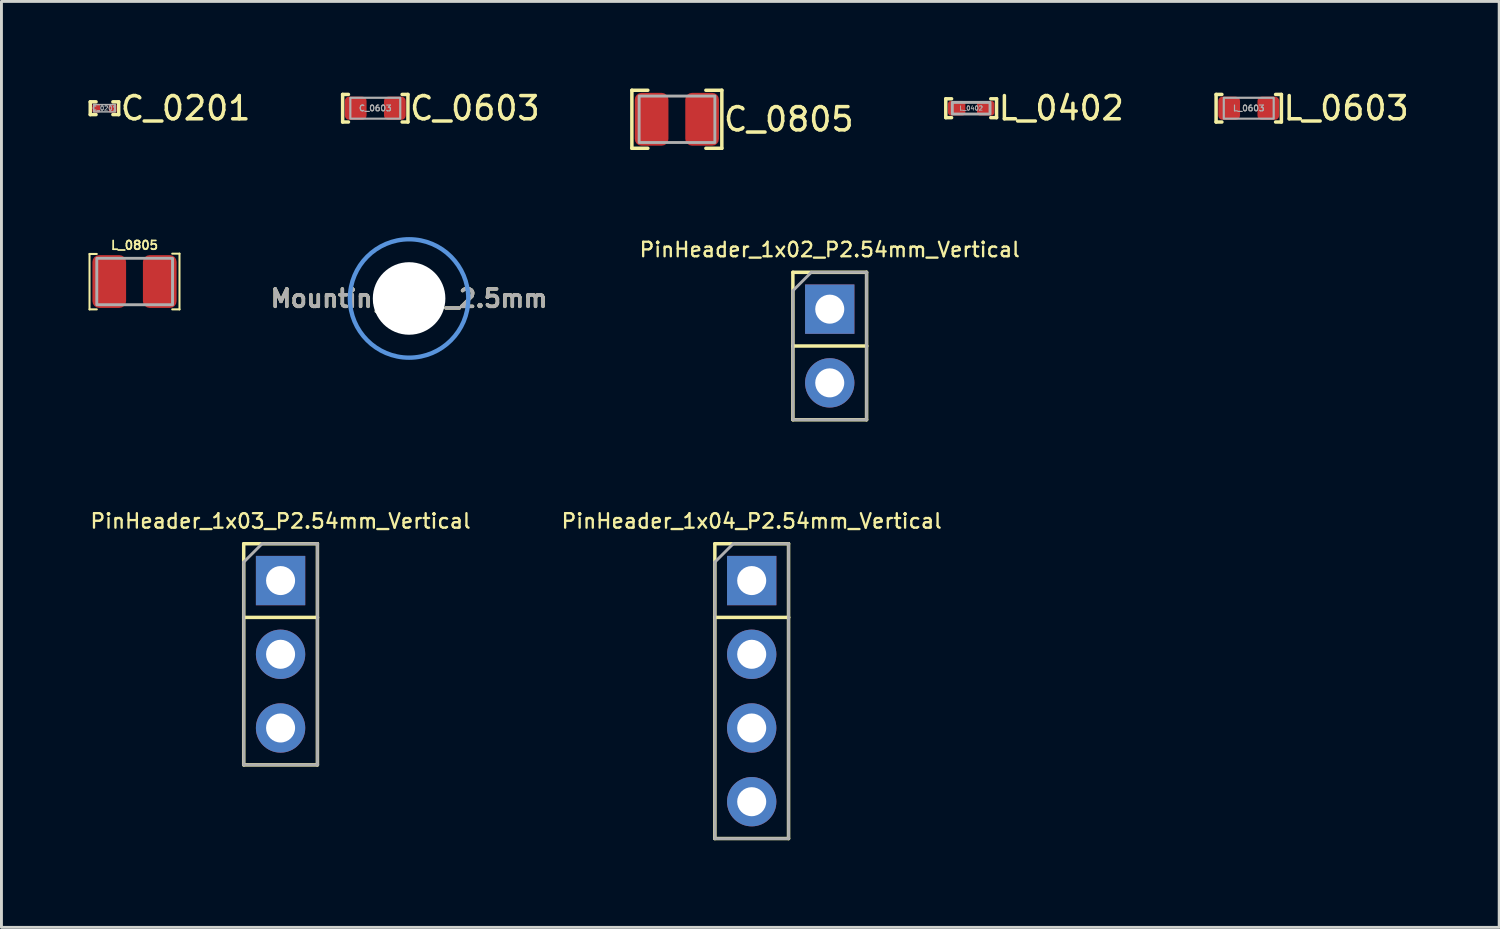
<source format=kicad_pcb>
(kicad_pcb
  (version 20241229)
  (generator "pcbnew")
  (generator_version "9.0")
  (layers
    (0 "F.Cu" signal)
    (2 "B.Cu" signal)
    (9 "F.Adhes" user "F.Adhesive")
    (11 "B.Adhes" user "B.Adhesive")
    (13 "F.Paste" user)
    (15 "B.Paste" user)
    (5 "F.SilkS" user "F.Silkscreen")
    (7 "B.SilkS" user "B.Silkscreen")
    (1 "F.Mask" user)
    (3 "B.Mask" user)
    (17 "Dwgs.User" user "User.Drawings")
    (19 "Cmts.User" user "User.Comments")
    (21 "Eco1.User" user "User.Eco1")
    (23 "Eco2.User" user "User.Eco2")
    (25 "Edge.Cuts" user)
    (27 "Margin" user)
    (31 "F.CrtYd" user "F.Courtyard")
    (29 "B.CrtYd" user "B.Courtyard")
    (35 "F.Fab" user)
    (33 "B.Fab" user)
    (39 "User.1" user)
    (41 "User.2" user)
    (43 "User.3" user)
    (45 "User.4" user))
  (footprint "C_0603"
    (layer "F.Cu")
    (at 9.882 0.679)
    (property "Reference" "C_0603" (at 1.125 0 0) (unlocked yes) (layer "F.SilkS") (effects (font (size 0.8 0.8) (thickness 0.12)) (justify left)))
    (attr smd)
    (fp_line (start -1.125 -0.475) (end -1.125 0.475) (stroke (width 0.12) (type solid)) (layer "F.SilkS"))
    (fp_line (start -0.925 -0.475) (end -1.125 -0.475) (stroke (width 0.12) (type solid)) (layer "F.SilkS"))
    (fp_line (start -0.925 0.475) (end -1.125 0.475) (stroke (width 0.12) (type solid)) (layer "F.SilkS"))
    (fp_line (start 1.125 -0.475) (end 0.925 -0.475) (stroke (width 0.12) (type solid)) (layer "F.SilkS"))
    (fp_line (start 1.125 -0.475) (end 1.125 0.475) (stroke (width 0.12) (type solid)) (layer "F.SilkS"))
    (fp_line (start 1.125 0.475) (end 0.925 0.475) (stroke (width 0.12) (type solid)) (layer "F.SilkS"))
    (fp_rect (start -0.86 -0.36) (end 0.86 0.36) (stroke (width 0.075) (type solid)) (fill no) (layer "F.Fab"))
    (fp_text user "${REFERENCE}" (at 0 0 0) (unlocked yes) (layer "F.Fab") (effects (font (size 0.2 0.2) (thickness 0.04))))
    (pad "1" smd roundrect (at -0.675 0) (size 0.75 0.8) (layers "F.Cu" "F.Mask" "F.Paste") (roundrect_rratio 0.2))
    (pad "2" smd roundrect (at 0.675 0) (size 0.75 0.8) (layers "F.Cu" "F.Mask" "F.Paste") (roundrect_rratio 0.2)))
  (footprint "PinHeader_1x04_P2.54mm_Vertical"
    (layer "F.Cu")
    (at 22.853 16.956)
    (property "Reference" "PinHeader_1x04_P2.54mm_Vertical" (at 0 -2.05 0) (layer "F.SilkS") (effects (font (size 0.5 0.5) (thickness 0.08))))
    (attr through_hole)
    (fp_line (start -1.27 -1.27) (end 1.27 -1.27) (stroke (width 0.12) (type solid)) (layer "F.SilkS"))
    (fp_line (start -1.27 1.27) (end -1.27 -1.27) (stroke (width 0.12) (type solid)) (layer "F.SilkS"))
    (fp_line (start -1.27 1.27) (end 1.27 1.27) (stroke (width 0.12) (type solid)) (layer "F.SilkS"))
    (fp_line (start -1.27 8.89) (end -1.27 1.27) (stroke (width 0.12) (type solid)) (layer "F.SilkS"))
    (fp_line (start 1.27 -1.27) (end 1.27 1.27) (stroke (width 0.12) (type solid)) (layer "F.SilkS"))
    (fp_line (start 1.27 1.27) (end 1.27 8.89) (stroke (width 0.12) (type solid)) (layer "F.SilkS"))
    (fp_line (start 1.27 8.89) (end -1.27 8.89) (stroke (width 0.12) (type solid)) (layer "F.SilkS"))
    (fp_line (start -1.27 -0.635) (end -0.635 -1.27) (stroke (width 0.1) (type solid)) (layer "F.Fab"))
    (fp_line (start -1.27 8.89) (end -1.27 -0.635) (stroke (width 0.1) (type solid)) (layer "F.Fab"))
    (fp_line (start -0.635 -1.27) (end 1.27 -1.27) (stroke (width 0.1) (type solid)) (layer "F.Fab"))
    (fp_line (start 1.27 -1.27) (end 1.27 8.89) (stroke (width 0.1) (type solid)) (layer "F.Fab"))
    (fp_line (start 1.27 8.89) (end -1.27 8.89) (stroke (width 0.1) (type solid)) (layer "F.Fab"))
    (pad "1" thru_hole rect (at 0 0) (size 1.7 1.7) (drill 1) (layers "*.Cu" "*.Mask"))
    (pad "2" thru_hole oval (at 0 2.54) (size 1.7 1.7) (drill 1) (layers "*.Cu" "*.Mask"))
    (pad "3" thru_hole oval (at 0 5.08) (size 1.7 1.7) (drill 1) (layers "*.Cu" "*.Mask"))
    (pad "4" thru_hole oval (at 0 7.62) (size 1.7 1.7) (drill 1) (layers "*.Cu" "*.Mask")))
  (footprint "C_0201"
    (layer "F.Cu")
    (at 0.55 0.679)
    (property "Reference" "C_0201" (at 0.49 0 0) (unlocked yes) (layer "F.SilkS") (effects (font (size 0.8 0.8) (thickness 0.12)) (justify left)))
    (attr smd)
    (fp_line (start -0.49 -0.22) (end -0.29 -0.22) (stroke (width 0.12) (type solid)) (layer "F.SilkS"))
    (fp_line (start -0.49 0.22) (end -0.49 -0.22) (stroke (width 0.12) (type solid)) (layer "F.SilkS"))
    (fp_line (start -0.49 0.22) (end -0.29 0.22) (stroke (width 0.12) (type solid)) (layer "F.SilkS"))
    (fp_line (start 0.29 -0.22) (end 0.49 -0.22) (stroke (width 0.12) (type solid)) (layer "F.SilkS"))
    (fp_line (start 0.29 0.22) (end 0.49 0.22) (stroke (width 0.12) (type solid)) (layer "F.SilkS"))
    (fp_line (start 0.49 -0.22) (end 0.49 0.22) (stroke (width 0.12) (type solid)) (layer "F.SilkS"))
    (fp_rect (start -0.37 -0.125) (end 0.37 0.125) (stroke (width 0.05) (type solid)) (fill no) (layer "F.Fab"))
    (fp_text user "${REFERENCE}" (at 0 0 0) (unlocked yes) (layer "F.Fab") (effects (font (size 0.15 0.15) (thickness 0.03))))
    (pad "1" smd roundrect (at -0.285 0) (size 0.27 0.3) (layers "F.Cu" "F.Mask" "F.Paste") (roundrect_rratio 0.2))
    (pad "2" smd roundrect (at 0.285 0) (size 0.27 0.3) (layers "F.Cu" "F.Mask" "F.Paste") (roundrect_rratio 0.2)))
  (footprint "L_0603"
    (layer "F.Cu")
    (at 39.981 0.679)
    (property "Reference" "L_0603" (at 1.125 0 0) (unlocked yes) (layer "F.SilkS") (effects (font (size 0.8 0.8) (thickness 0.12)) (justify left)))
    (attr smd)
    (fp_line (start -1.125 -0.475) (end -1.125 0.475) (stroke (width 0.12) (type solid)) (layer "F.SilkS"))
    (fp_line (start -0.925 -0.475) (end -1.125 -0.475) (stroke (width 0.12) (type solid)) (layer "F.SilkS"))
    (fp_line (start -0.925 0.475) (end -1.125 0.475) (stroke (width 0.12) (type solid)) (layer "F.SilkS"))
    (fp_line (start 1.125 -0.475) (end 0.925 -0.475) (stroke (width 0.12) (type solid)) (layer "F.SilkS"))
    (fp_line (start 1.125 -0.475) (end 1.125 0.475) (stroke (width 0.12) (type solid)) (layer "F.SilkS"))
    (fp_line (start 1.125 0.475) (end 0.925 0.475) (stroke (width 0.12) (type solid)) (layer "F.SilkS"))
    (fp_rect (start -0.86 -0.36) (end 0.86 0.36) (stroke (width 0.075) (type solid)) (fill no) (layer "F.Fab"))
    (fp_text user "${REFERENCE}" (at 0 0 0) (unlocked yes) (layer "F.Fab") (effects (font (size 0.2 0.2) (thickness 0.04))))
    (pad "1" smd roundrect (at -0.675 0) (size 0.75 0.8) (layers "F.Cu" "F.Mask" "F.Paste") (roundrect_rratio 0.2))
    (pad "2" smd roundrect (at 0.675 0) (size 0.75 0.8) (layers "F.Cu" "F.Mask" "F.Paste") (roundrect_rratio 0.2)))
  (footprint "L_0805"
    (layer "F.Cu")
    (at 1.585 6.651)
    (property "Reference" "L_0805" (at 0 -1.25 0) (unlocked yes) (layer "F.SilkS") (effects (font (size 0.3 0.3) (thickness 0.06))))
    (attr smd)
    (fp_line (start -1.55 -0.95) (end -1.55 0.96) (stroke (width 0.07) (type solid)) (layer "F.SilkS"))
    (fp_line (start -1.55 -0.95) (end -1.3 -0.95) (stroke (width 0.07) (type solid)) (layer "F.SilkS"))
    (fp_line (start -1.55 0.96) (end -1.3 0.96) (stroke (width 0.07) (type solid)) (layer "F.SilkS"))
    (fp_line (start 1.3 -0.96) (end 1.55 -0.96) (stroke (width 0.07) (type solid)) (layer "F.SilkS"))
    (fp_line (start 1.55 -0.96) (end 1.55 0.96) (stroke (width 0.07) (type solid)) (layer "F.SilkS"))
    (fp_line (start 1.55 0.96) (end 1.3 0.96) (stroke (width 0.07) (type solid)) (layer "F.SilkS"))
    (fp_rect (start -1.3 -0.8) (end 1.31 0.8) (stroke (width 0.1) (type solid)) (fill no) (layer "F.Fab"))
    (pad "1" smd roundrect (at -0.87 0) (size 1.16 1.82) (layers "F.Cu" "F.Mask" "F.Paste") (roundrect_rratio 0.2))
    (pad "2" smd roundrect (at 0.87 0) (size 1.16 1.82) (layers "F.Cu" "F.Mask" "F.Paste") (roundrect_rratio 0.2)))
  (footprint "PinHeader_1x02_P2.54mm_Vertical"
    (layer "F.Cu")
    (at 25.542 7.603)
    (property "Reference" "PinHeader_1x02_P2.54mm_Vertical" (at 0 -2.05 0) (layer "F.SilkS") (effects (font (size 0.5 0.5) (thickness 0.08))))
    (attr through_hole)
    (fp_line (start -1.27 -1.27) (end 1.27 -1.27) (stroke (width 0.12) (type solid)) (layer "F.SilkS"))
    (fp_line (start -1.27 1.27) (end -1.27 -1.27) (stroke (width 0.12) (type solid)) (layer "F.SilkS"))
    (fp_line (start -1.27 1.27) (end -1.27 3.81) (stroke (width 0.12) (type solid)) (layer "F.SilkS"))
    (fp_line (start -1.27 3.81) (end 1.27 3.81) (stroke (width 0.12) (type solid)) (layer "F.SilkS"))
    (fp_line (start 1.27 -1.27) (end 1.27 1.27) (stroke (width 0.12) (type solid)) (layer "F.SilkS"))
    (fp_line (start 1.27 1.27) (end -1.27 1.27) (stroke (width 0.12) (type solid)) (layer "F.SilkS"))
    (fp_line (start 1.27 3.81) (end 1.27 1.27) (stroke (width 0.12) (type solid)) (layer "F.SilkS"))
    (fp_line (start -1.27 -0.635) (end -1.27 3.81) (stroke (width 0.1) (type solid)) (layer "F.Fab"))
    (fp_line (start -1.27 3.81) (end 1.27 3.81) (stroke (width 0.1) (type solid)) (layer "F.Fab"))
    (fp_line (start -0.635 -1.27) (end -1.27 -0.635) (stroke (width 0.1) (type solid)) (layer "F.Fab"))
    (fp_line (start 1.27 -1.27) (end -0.635 -1.27) (stroke (width 0.1) (type solid)) (layer "F.Fab"))
    (fp_line (start 1.27 3.81) (end 1.27 -1.27) (stroke (width 0.1) (type solid)) (layer "F.Fab"))
    (pad "1" thru_hole rect (at 0 0) (size 1.7 1.7) (drill 1) (layers "*.Cu" "*.Mask"))
    (pad "2" thru_hole oval (at 0 2.54) (size 1.7 1.7) (drill 1) (layers "*.Cu" "*.Mask")))
  (footprint "PinHeader_1x03_P2.54mm_Vertical"
    (layer "F.Cu")
    (at 6.618 16.956)
    (property "Reference" "PinHeader_1x03_P2.54mm_Vertical" (at 0 -2.05 0) (layer "F.SilkS") (effects (font (size 0.5 0.5) (thickness 0.08))))
    (attr through_hole)
    (fp_line (start -1.27 -1.27) (end 1.27 -1.27) (stroke (width 0.12) (type solid)) (layer "F.SilkS"))
    (fp_line (start -1.27 1.27) (end -1.27 -1.27) (stroke (width 0.12) (type solid)) (layer "F.SilkS"))
    (fp_line (start -1.27 1.27) (end -1.27 6.35) (stroke (width 0.12) (type solid)) (layer "F.SilkS"))
    (fp_line (start -1.27 6.35) (end 1.27 6.35) (stroke (width 0.12) (type solid)) (layer "F.SilkS"))
    (fp_line (start 1.27 -1.27) (end 1.27 1.27) (stroke (width 0.12) (type solid)) (layer "F.SilkS"))
    (fp_line (start 1.27 1.27) (end -1.27 1.27) (stroke (width 0.12) (type solid)) (layer "F.SilkS"))
    (fp_line (start 1.27 6.35) (end 1.27 1.27) (stroke (width 0.12) (type solid)) (layer "F.SilkS"))
    (fp_line (start -1.27 -0.635) (end -1.27 6.35) (stroke (width 0.1) (type solid)) (layer "F.Fab"))
    (fp_line (start -1.27 6.35) (end 1.27 6.35) (stroke (width 0.1) (type solid)) (layer "F.Fab"))
    (fp_line (start -0.635 -1.27) (end -1.27 -0.635) (stroke (width 0.1) (type solid)) (layer "F.Fab"))
    (fp_line (start 1.27 -1.27) (end -0.635 -1.27) (stroke (width 0.1) (type solid)) (layer "F.Fab"))
    (fp_line (start 1.27 6.35) (end 1.27 -1.27) (stroke (width 0.1) (type solid)) (layer "F.Fab"))
    (pad "1" thru_hole rect (at 0 0) (size 1.7 1.7) (drill 1) (layers "*.Cu" "*.Mask"))
    (pad "2" thru_hole oval (at 0 2.54) (size 1.7 1.7) (drill 1) (layers "*.Cu" "*.Mask"))
    (pad "3" thru_hole oval (at 0 5.08) (size 1.7 1.7) (drill 1) (layers "*.Cu" "*.Mask")))
  (footprint "C_0805"
    (layer "F.Cu")
    (at 20.274 1.06)
    (property "Reference" "C_0805" (at 1.55 0 0) (unlocked yes) (layer "F.SilkS") (effects (font (size 0.8 0.8) (thickness 0.12)) (justify left)))
    (attr smd)
    (fp_line (start -1.55 -1) (end -1.55 1) (stroke (width 0.12) (type solid)) (layer "F.SilkS"))
    (fp_line (start -1.55 -1) (end -1 -1) (stroke (width 0.12) (type solid)) (layer "F.SilkS"))
    (fp_line (start -1.55 1) (end -1 1) (stroke (width 0.12) (type solid)) (layer "F.SilkS"))
    (fp_line (start 1 -1) (end 1.55 -1) (stroke (width 0.12) (type solid)) (layer "F.SilkS"))
    (fp_line (start 1 1) (end 1.55 1) (stroke (width 0.12) (type solid)) (layer "F.SilkS"))
    (fp_line (start 1.55 -1) (end 1.55 1) (stroke (width 0.12) (type solid)) (layer "F.SilkS"))
    (fp_rect (start -1.3 -0.8) (end 1.31 0.8) (stroke (width 0.1) (type solid)) (fill no) (layer "F.Fab"))
    (pad "1" smd roundrect (at -0.87 0) (size 1.16 1.82) (layers "F.Cu" "F.Mask" "F.Paste") (roundrect_rratio 0.2))
    (pad "2" smd roundrect (at 0.87 0) (size 1.16 1.82) (layers "F.Cu" "F.Mask" "F.Paste") (roundrect_rratio 0.2)))
  (footprint "L_0402"
    (layer "F.Cu")
    (at 30.416 0.679)
    (property "Reference" "L_0402" (at 0.875 0 0) (unlocked yes) (layer "F.SilkS") (effects (font (size 0.8 0.8) (thickness 0.12)) (justify left)))
    (attr smd)
    (fp_line (start -0.875 -0.325) (end -0.875 0.325) (stroke (width 0.12) (type solid)) (layer "F.SilkS"))
    (fp_line (start -0.875 0.325) (end -0.675 0.325) (stroke (width 0.12) (type solid)) (layer "F.SilkS"))
    (fp_line (start -0.675 -0.325) (end -0.875 -0.325) (stroke (width 0.12) (type solid)) (layer "F.SilkS"))
    (fp_line (start 0.675 0.325) (end 0.875 0.325) (stroke (width 0.12) (type solid)) (layer "F.SilkS"))
    (fp_line (start 0.875 -0.325) (end 0.675 -0.325) (stroke (width 0.12) (type solid)) (layer "F.SilkS"))
    (fp_line (start 0.875 -0.325) (end 0.875 0.325) (stroke (width 0.12) (type solid)) (layer "F.SilkS"))
    (fp_rect (start -0.65 -0.2) (end 0.65 0.2) (stroke (width 0.1) (type solid)) (fill no) (layer "F.Fab"))
    (fp_text user "${REFERENCE}" (at 0 0 0) (unlocked yes) (layer "F.Fab") (effects (font (size 0.15 0.15) (thickness 0.03))))
    (pad "1" smd roundrect (at -0.5 0) (size 0.6 0.5) (layers "F.Cu" "F.Mask" "F.Paste") (roundrect_rratio 0.2))
    (pad "2" smd roundrect (at 0.5 0) (size 0.6 0.5) (layers "F.Cu" "F.Mask" "F.Paste") (roundrect_rratio 0.2)))
  (footprint "MountingHole_2.5mm"
    (layer "F.Cu")
    (at 11.047 7.235)
    (property "Reference" "MountingHole_2.5mm" (at 0 0 0) (layer "F.SilkS") (effects (font (size 0.6 0.6) (thickness 0.12))))
    (attr exclude_from_pos_files exclude_from_bom)
    (fp_circle (center 0 0) (end 2.04 0.02) (stroke (width 0.15) (type solid)) (fill no) (layer "Cmts.User"))
    (fp_circle (center 0 0) (end 2.05 -0.01) (stroke (width 0.05) (type solid)) (fill no) (layer "F.CrtYd"))
    (fp_text user "${REFERENCE}" (at 0 0 0) (layer "F.Fab") (effects (font (size 0.6 0.6) (thickness 0.12))))
    (pad "" np_thru_hole circle (at 0 0) (size 2.5 2.5) (drill 2.5) (layers "*.Cu" "*.Mask")))
  (gr_rect
    (start -3 -3)
    (end 48.611 28.906)
    (stroke (width 0.1) (type default))
    (fill no)
    (layer "Edge.Cuts")))
</source>
